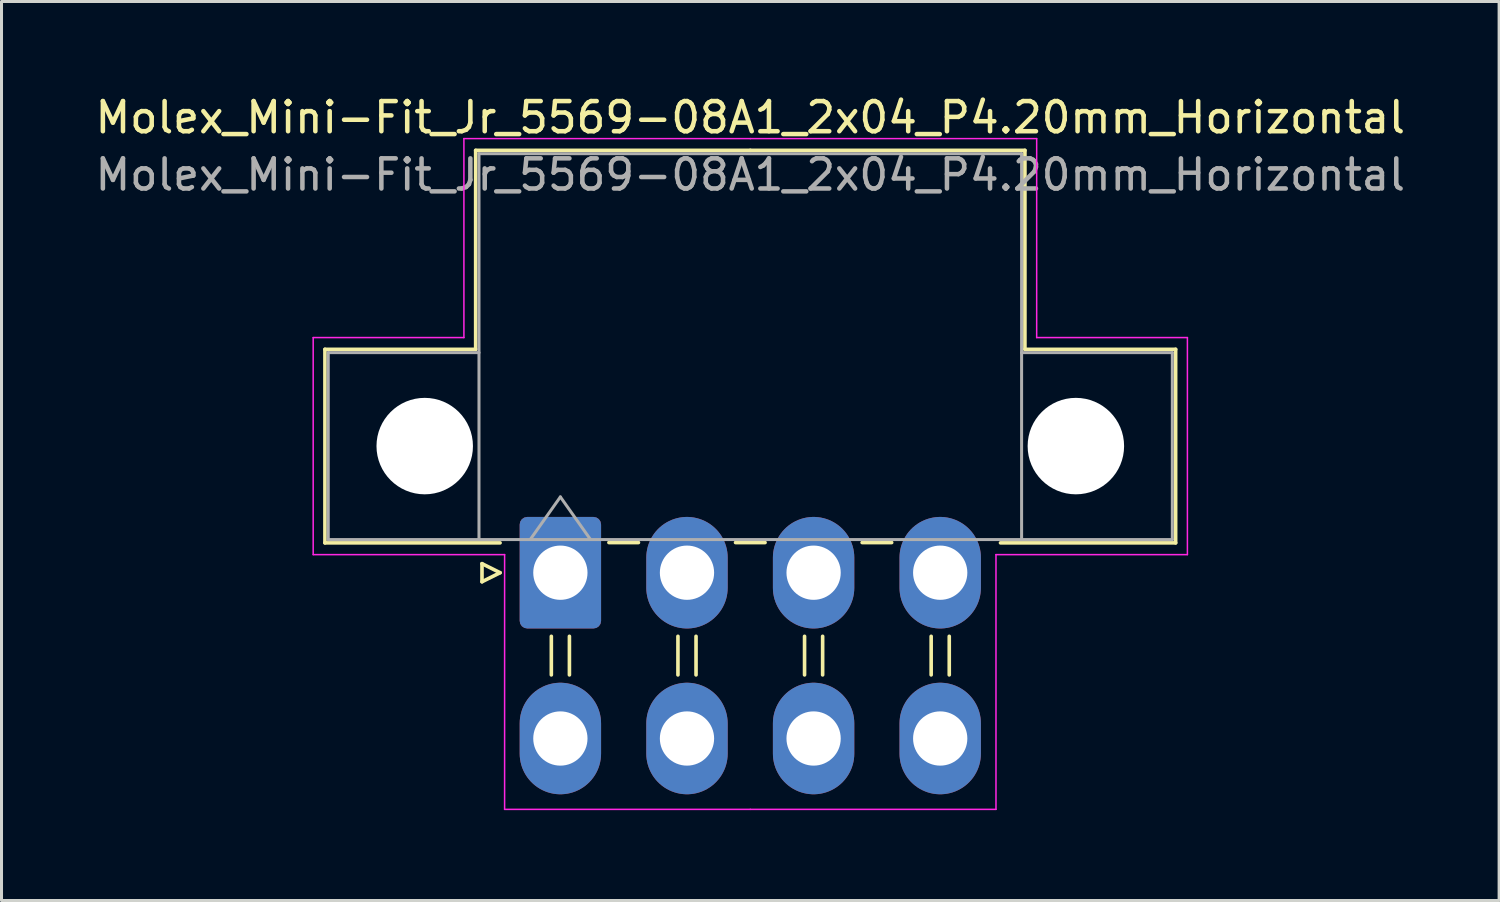
<source format=kicad_pcb>
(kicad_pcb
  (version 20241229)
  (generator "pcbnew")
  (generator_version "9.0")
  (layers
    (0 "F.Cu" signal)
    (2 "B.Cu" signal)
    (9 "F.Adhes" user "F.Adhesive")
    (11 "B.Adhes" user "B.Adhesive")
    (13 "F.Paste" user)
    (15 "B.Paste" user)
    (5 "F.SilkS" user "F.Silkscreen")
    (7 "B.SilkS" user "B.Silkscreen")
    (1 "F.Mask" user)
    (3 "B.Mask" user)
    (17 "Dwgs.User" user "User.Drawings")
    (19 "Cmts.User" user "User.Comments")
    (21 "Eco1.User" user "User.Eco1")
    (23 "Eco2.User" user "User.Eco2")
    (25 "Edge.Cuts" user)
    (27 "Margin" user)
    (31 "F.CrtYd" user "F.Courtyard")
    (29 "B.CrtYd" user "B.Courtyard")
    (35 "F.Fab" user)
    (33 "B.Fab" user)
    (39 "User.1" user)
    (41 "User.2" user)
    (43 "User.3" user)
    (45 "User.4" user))
  (footprint "Molex_Mini-Fit_Jr_5569-08A1_2x04_P4.20mm_Horizontal"
    (layer "F.Cu")
    (at 15.539 15.948)
    (property "Reference" "Molex_Mini-Fit_Jr_5569-08A1_2x04_P4.20mm_Horizontal" (at 6.3 -15.1 0) (layer "F.SilkS") (effects (font (size 1 1) (thickness 0.15))))
    (attr through_hole)
    (fp_line (start -7.81 -7.41) (end -7.81 -0.99) (stroke (width 0.12) (type solid)) (layer "F.SilkS"))
    (fp_line (start -7.81 -0.99) (end -2 -0.99) (stroke (width 0.12) (type solid)) (layer "F.SilkS"))
    (fp_line (start -2.81 -14.01) (end -2.81 -7.41) (stroke (width 0.12) (type solid)) (layer "F.SilkS"))
    (fp_line (start -2.81 -7.41) (end -7.81 -7.41) (stroke (width 0.12) (type solid)) (layer "F.SilkS"))
    (fp_line (start -2.6 -0.3) (end -2 0) (stroke (width 0.12) (type solid)) (layer "F.SilkS"))
    (fp_line (start -2.6 0.3) (end -2.6 -0.3) (stroke (width 0.12) (type solid)) (layer "F.SilkS"))
    (fp_line (start -2 0) (end -2.6 0.3) (stroke (width 0.12) (type solid)) (layer "F.SilkS"))
    (fp_line (start -0.3 2.11) (end -0.3 3.39) (stroke (width 0.12) (type solid)) (layer "F.SilkS"))
    (fp_line (start 0.3 2.11) (end 0.3 3.39) (stroke (width 0.12) (type solid)) (layer "F.SilkS"))
    (fp_line (start 1.61 -1) (end 2.59 -1) (stroke (width 0.12) (type solid)) (layer "F.SilkS"))
    (fp_line (start 3.9 2.11) (end 3.9 3.39) (stroke (width 0.12) (type solid)) (layer "F.SilkS"))
    (fp_line (start 4.5 2.11) (end 4.5 3.39) (stroke (width 0.12) (type solid)) (layer "F.SilkS"))
    (fp_line (start 5.81 -1) (end 6.79 -1) (stroke (width 0.12) (type solid)) (layer "F.SilkS"))
    (fp_line (start 6.3 -14.01) (end -2.81 -14.01) (stroke (width 0.12) (type solid)) (layer "F.SilkS"))
    (fp_line (start 6.3 -14.01) (end 15.41 -14.01) (stroke (width 0.12) (type solid)) (layer "F.SilkS"))
    (fp_line (start 8.1 2.11) (end 8.1 3.39) (stroke (width 0.12) (type solid)) (layer "F.SilkS"))
    (fp_line (start 8.7 2.11) (end 8.7 3.39) (stroke (width 0.12) (type solid)) (layer "F.SilkS"))
    (fp_line (start 10.01 -1) (end 10.99 -1) (stroke (width 0.12) (type solid)) (layer "F.SilkS"))
    (fp_line (start 12.3 2.11) (end 12.3 3.39) (stroke (width 0.12) (type solid)) (layer "F.SilkS"))
    (fp_line (start 12.9 2.11) (end 12.9 3.39) (stroke (width 0.12) (type solid)) (layer "F.SilkS"))
    (fp_line (start 15.41 -14.01) (end 15.41 -7.41) (stroke (width 0.12) (type solid)) (layer "F.SilkS"))
    (fp_line (start 15.41 -7.41) (end 20.41 -7.41) (stroke (width 0.12) (type solid)) (layer "F.SilkS"))
    (fp_line (start 20.41 -7.41) (end 20.41 -0.99) (stroke (width 0.12) (type solid)) (layer "F.SilkS"))
    (fp_line (start 20.41 -0.99) (end 14.6 -0.99) (stroke (width 0.12) (type solid)) (layer "F.SilkS"))
    (fp_line (start -8.2 -7.8) (end -8.2 -0.6) (stroke (width 0.05) (type solid)) (layer "F.CrtYd"))
    (fp_line (start -8.2 -0.6) (end -1.85 -0.6) (stroke (width 0.05) (type solid)) (layer "F.CrtYd"))
    (fp_line (start -3.2 -14.4) (end -3.2 -7.8) (stroke (width 0.05) (type solid)) (layer "F.CrtYd"))
    (fp_line (start -3.2 -7.8) (end -8.2 -7.8) (stroke (width 0.05) (type solid)) (layer "F.CrtYd"))
    (fp_line (start -1.85 -0.6) (end -1.85 7.85) (stroke (width 0.05) (type solid)) (layer "F.CrtYd"))
    (fp_line (start -1.85 7.85) (end 6.3 7.85) (stroke (width 0.05) (type solid)) (layer "F.CrtYd"))
    (fp_line (start 6.3 -14.4) (end -3.2 -14.4) (stroke (width 0.05) (type solid)) (layer "F.CrtYd"))
    (fp_line (start 6.3 -14.4) (end 15.8 -14.4) (stroke (width 0.05) (type solid)) (layer "F.CrtYd"))
    (fp_line (start 14.45 -0.6) (end 14.45 7.85) (stroke (width 0.05) (type solid)) (layer "F.CrtYd"))
    (fp_line (start 14.45 7.85) (end 6.3 7.85) (stroke (width 0.05) (type solid)) (layer "F.CrtYd"))
    (fp_line (start 15.8 -14.4) (end 15.8 -7.8) (stroke (width 0.05) (type solid)) (layer "F.CrtYd"))
    (fp_line (start 15.8 -7.8) (end 20.8 -7.8) (stroke (width 0.05) (type solid)) (layer "F.CrtYd"))
    (fp_line (start 20.8 -7.8) (end 20.8 -0.6) (stroke (width 0.05) (type solid)) (layer "F.CrtYd"))
    (fp_line (start 20.8 -0.6) (end 14.45 -0.6) (stroke (width 0.05) (type solid)) (layer "F.CrtYd"))
    (fp_line (start -7.7 -7.3) (end -7.7 -1.1) (stroke (width 0.1) (type solid)) (layer "F.Fab"))
    (fp_line (start -7.7 -1.1) (end -2.7 -1.1) (stroke (width 0.1) (type solid)) (layer "F.Fab"))
    (fp_line (start -2.7 -13.9) (end -2.7 -1.1) (stroke (width 0.1) (type solid)) (layer "F.Fab"))
    (fp_line (start -2.7 -7.3) (end -7.7 -7.3) (stroke (width 0.1) (type solid)) (layer "F.Fab"))
    (fp_line (start -2.7 -1.1) (end 15.3 -1.1) (stroke (width 0.1) (type solid)) (layer "F.Fab"))
    (fp_line (start -1 -1.1) (end 0 -2.514) (stroke (width 0.1) (type solid)) (layer "F.Fab"))
    (fp_line (start 0 -2.514) (end 1 -1.1) (stroke (width 0.1) (type solid)) (layer "F.Fab"))
    (fp_line (start 15.3 -13.9) (end -2.7 -13.9) (stroke (width 0.1) (type solid)) (layer "F.Fab"))
    (fp_line (start 15.3 -7.3) (end 20.3 -7.3) (stroke (width 0.1) (type solid)) (layer "F.Fab"))
    (fp_line (start 15.3 -1.1) (end 15.3 -13.9) (stroke (width 0.1) (type solid)) (layer "F.Fab"))
    (fp_line (start 20.3 -7.3) (end 20.3 -1.1) (stroke (width 0.1) (type solid)) (layer "F.Fab"))
    (fp_line (start 20.3 -1.1) (end 15.3 -1.1) (stroke (width 0.1) (type solid)) (layer "F.Fab"))
    (fp_text user "${REFERENCE}" (at 6.3 -13.2 0) (layer "F.Fab") (effects (font (size 1 1) (thickness 0.15))))
    (pad "" np_thru_hole circle (at -4.5 -4.2) (size 3.2 3.2) (drill 3.2) (layers "*.Cu" "*.Mask"))
    (pad "" np_thru_hole circle (at 17.1 -4.2) (size 3.2 3.2) (drill 3.2) (layers "*.Cu" "*.Mask"))
    (pad "1" thru_hole roundrect (at 0 0) (size 2.7 3.7) (drill 1.8) (layers "*.Cu" "*.Mask") (roundrect_rratio 0.093))
    (pad "2" thru_hole oval (at 4.2 0) (size 2.7 3.7) (drill 1.8) (layers "*.Cu" "*.Mask"))
    (pad "3" thru_hole oval (at 8.4 0) (size 2.7 3.7) (drill 1.8) (layers "*.Cu" "*.Mask"))
    (pad "4" thru_hole oval (at 12.6 0) (size 2.7 3.7) (drill 1.8) (layers "*.Cu" "*.Mask"))
    (pad "5" thru_hole oval (at 0 5.5) (size 2.7 3.7) (drill 1.8) (layers "*.Cu" "*.Mask"))
    (pad "6" thru_hole oval (at 4.2 5.5) (size 2.7 3.7) (drill 1.8) (layers "*.Cu" "*.Mask"))
    (pad "7" thru_hole oval (at 8.4 5.5) (size 2.7 3.7) (drill 1.8) (layers "*.Cu" "*.Mask"))
    (pad "8" thru_hole oval (at 12.6 5.5) (size 2.7 3.7) (drill 1.8) (layers "*.Cu" "*.Mask")))
  (gr_rect
    (start -3 -3)
    (end 46.679 26.823)
    (stroke (width 0.1) (type default))
    (fill no)
    (layer "Edge.Cuts")))
</source>
